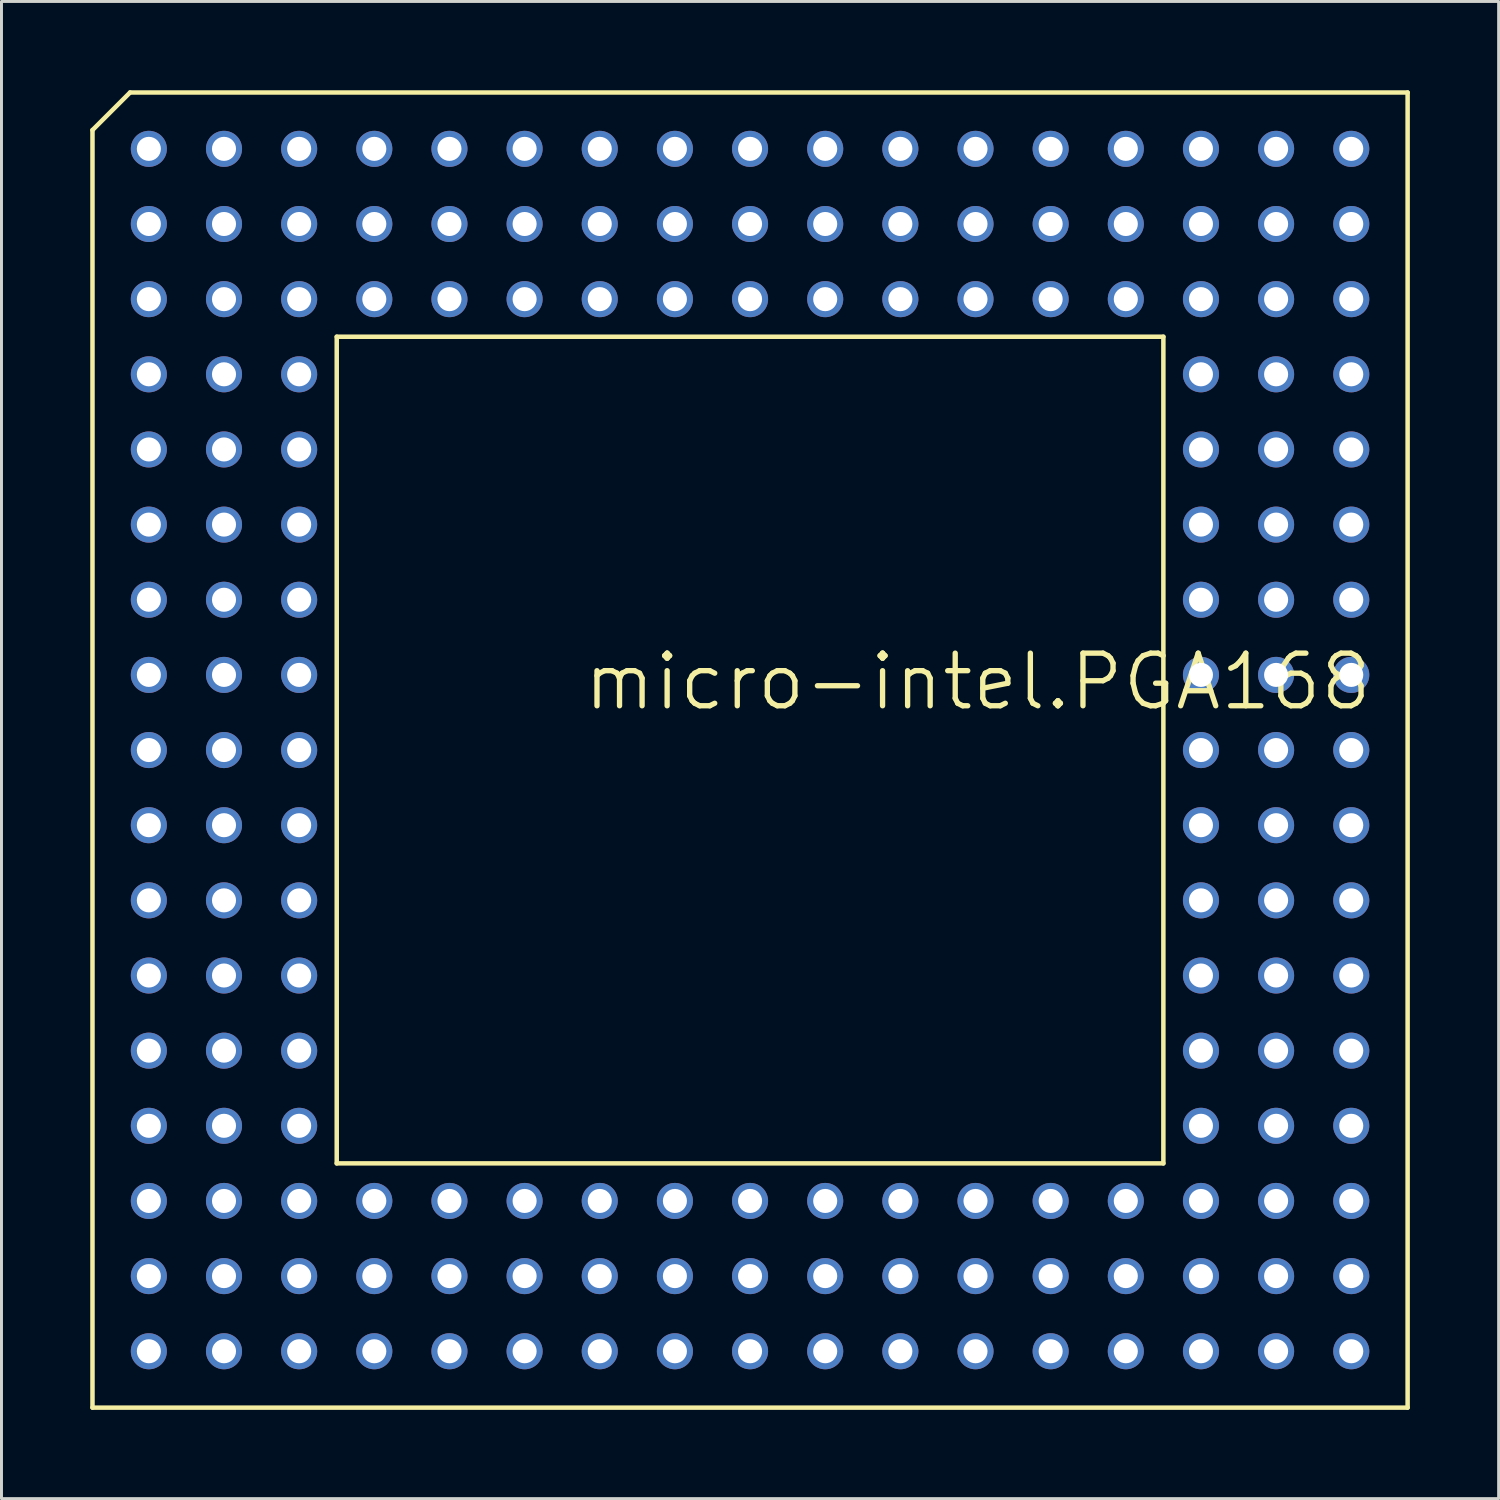
<source format=kicad_pcb>
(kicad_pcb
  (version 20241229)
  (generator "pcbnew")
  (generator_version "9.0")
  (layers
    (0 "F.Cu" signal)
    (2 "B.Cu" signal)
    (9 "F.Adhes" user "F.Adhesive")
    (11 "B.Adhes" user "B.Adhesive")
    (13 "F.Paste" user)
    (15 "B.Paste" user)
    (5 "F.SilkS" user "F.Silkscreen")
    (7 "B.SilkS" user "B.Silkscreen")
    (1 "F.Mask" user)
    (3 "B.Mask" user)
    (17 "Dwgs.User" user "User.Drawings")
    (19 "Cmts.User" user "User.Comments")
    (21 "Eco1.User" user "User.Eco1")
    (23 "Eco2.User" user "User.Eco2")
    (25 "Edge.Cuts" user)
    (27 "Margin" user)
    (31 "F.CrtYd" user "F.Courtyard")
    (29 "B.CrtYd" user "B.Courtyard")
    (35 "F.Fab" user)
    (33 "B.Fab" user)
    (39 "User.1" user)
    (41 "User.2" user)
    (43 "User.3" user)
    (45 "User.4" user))
  (footprint "micro-intel.PGA168"
    (layer "F.Cu")
    (at 22.301 22.301)
    (property "Reference" "micro-intel.PGA168" (at -5.715 -1.27 0) (layer "F.SilkS") (effects (font (size 1.778 1.778) (thickness 0.18)) (justify left bottom)))
    (attr through_hole)
    (fp_line (start -22.225 -20.955) (end -20.955 -22.225) (stroke (width 0.152) (type default)) (layer "F.SilkS"))
    (fp_line (start -22.225 22.225) (end -22.225 -20.955) (stroke (width 0.152) (type default)) (layer "F.SilkS"))
    (fp_line (start -20.955 -22.225) (end 22.225 -22.225) (stroke (width 0.152) (type default)) (layer "F.SilkS"))
    (fp_line (start -13.97 -13.97) (end -13.97 13.97) (stroke (width 0.152) (type default)) (layer "F.SilkS"))
    (fp_line (start -13.97 -13.97) (end 13.97 -13.97) (stroke (width 0.152) (type default)) (layer "F.SilkS"))
    (fp_line (start -13.97 13.97) (end 13.97 13.97) (stroke (width 0.152) (type default)) (layer "F.SilkS"))
    (fp_line (start 13.97 13.97) (end 13.97 -13.97) (stroke (width 0.152) (type default)) (layer "F.SilkS"))
    (fp_line (start 22.225 -22.225) (end 22.225 22.225) (stroke (width 0.152) (type default)) (layer "F.SilkS"))
    (fp_line (start 22.225 22.225) (end -22.225 22.225) (stroke (width 0.152) (type default)) (layer "F.SilkS"))
    (pad "A01" thru_hole circle (at -20.32 -20.32 90) (size 1.219 1.219) (drill 0.813) (layers "*.Cu" "*.Mask"))
    (pad "A02" thru_hole circle (at -17.78 -20.32 90) (size 1.219 1.219) (drill 0.813) (layers "*.Cu" "*.Mask"))
    (pad "A03" thru_hole circle (at -15.24 -20.32 90) (size 1.219 1.219) (drill 0.813) (layers "*.Cu" "*.Mask"))
    (pad "A04" thru_hole circle (at -12.7 -20.32 90) (size 1.219 1.219) (drill 0.813) (layers "*.Cu" "*.Mask"))
    (pad "A05" thru_hole circle (at -10.16 -20.32 90) (size 1.219 1.219) (drill 0.813) (layers "*.Cu" "*.Mask"))
    (pad "A06" thru_hole circle (at -7.62 -20.32 90) (size 1.219 1.219) (drill 0.813) (layers "*.Cu" "*.Mask"))
    (pad "A07" thru_hole circle (at -5.08 -20.32 90) (size 1.219 1.219) (drill 0.813) (layers "*.Cu" "*.Mask"))
    (pad "A08" thru_hole circle (at -2.54 -20.32 90) (size 1.219 1.219) (drill 0.813) (layers "*.Cu" "*.Mask"))
    (pad "A09" thru_hole circle (at 0 -20.32 90) (size 1.219 1.219) (drill 0.813) (layers "*.Cu" "*.Mask"))
    (pad "A10" thru_hole circle (at 2.54 -20.32 90) (size 1.219 1.219) (drill 0.813) (layers "*.Cu" "*.Mask"))
    (pad "A11" thru_hole circle (at 5.08 -20.32 90) (size 1.219 1.219) (drill 0.813) (layers "*.Cu" "*.Mask"))
    (pad "A12" thru_hole circle (at 7.62 -20.32 90) (size 1.219 1.219) (drill 0.813) (layers "*.Cu" "*.Mask"))
    (pad "A13" thru_hole circle (at 10.16 -20.32 90) (size 1.219 1.219) (drill 0.813) (layers "*.Cu" "*.Mask"))
    (pad "A14" thru_hole circle (at 12.7 -20.32 90) (size 1.219 1.219) (drill 0.813) (layers "*.Cu" "*.Mask"))
    (pad "A15" thru_hole circle (at 15.24 -20.32 90) (size 1.219 1.219) (drill 0.813) (layers "*.Cu" "*.Mask"))
    (pad "A16" thru_hole circle (at 17.78 -20.32 90) (size 1.219 1.219) (drill 0.813) (layers "*.Cu" "*.Mask"))
    (pad "A17" thru_hole circle (at 20.32 -20.32 90) (size 1.219 1.219) (drill 0.813) (layers "*.Cu" "*.Mask"))
    (pad "B01" thru_hole circle (at -20.32 -17.78 90) (size 1.219 1.219) (drill 0.813) (layers "*.Cu" "*.Mask"))
    (pad "B02" thru_hole circle (at -17.78 -17.78 90) (size 1.219 1.219) (drill 0.813) (layers "*.Cu" "*.Mask"))
    (pad "B03" thru_hole circle (at -15.24 -17.78 90) (size 1.219 1.219) (drill 0.813) (layers "*.Cu" "*.Mask"))
    (pad "B04" thru_hole circle (at -12.7 -17.78 90) (size 1.219 1.219) (drill 0.813) (layers "*.Cu" "*.Mask"))
    (pad "B05" thru_hole circle (at -10.16 -17.78 90) (size 1.219 1.219) (drill 0.813) (layers "*.Cu" "*.Mask"))
    (pad "B06" thru_hole circle (at -7.62 -17.78 90) (size 1.219 1.219) (drill 0.813) (layers "*.Cu" "*.Mask"))
    (pad "B07" thru_hole circle (at -5.08 -17.78 90) (size 1.219 1.219) (drill 0.813) (layers "*.Cu" "*.Mask"))
    (pad "B08" thru_hole circle (at -2.54 -17.78 90) (size 1.219 1.219) (drill 0.813) (layers "*.Cu" "*.Mask"))
    (pad "B09" thru_hole circle (at 0 -17.78 90) (size 1.219 1.219) (drill 0.813) (layers "*.Cu" "*.Mask"))
    (pad "B10" thru_hole circle (at 2.54 -17.78 90) (size 1.219 1.219) (drill 0.813) (layers "*.Cu" "*.Mask"))
    (pad "B11" thru_hole circle (at 5.08 -17.78 90) (size 1.219 1.219) (drill 0.813) (layers "*.Cu" "*.Mask"))
    (pad "B12" thru_hole circle (at 7.62 -17.78 90) (size 1.219 1.219) (drill 0.813) (layers "*.Cu" "*.Mask"))
    (pad "B13" thru_hole circle (at 10.16 -17.78 90) (size 1.219 1.219) (drill 0.813) (layers "*.Cu" "*.Mask"))
    (pad "B14" thru_hole circle (at 12.7 -17.78 90) (size 1.219 1.219) (drill 0.813) (layers "*.Cu" "*.Mask"))
    (pad "B15" thru_hole circle (at 15.24 -17.78 90) (size 1.219 1.219) (drill 0.813) (layers "*.Cu" "*.Mask"))
    (pad "B16" thru_hole circle (at 17.78 -17.78 90) (size 1.219 1.219) (drill 0.813) (layers "*.Cu" "*.Mask"))
    (pad "B17" thru_hole circle (at 20.32 -17.78 90) (size 1.219 1.219) (drill 0.813) (layers "*.Cu" "*.Mask"))
    (pad "C01" thru_hole circle (at -20.32 -15.24 90) (size 1.219 1.219) (drill 0.813) (layers "*.Cu" "*.Mask"))
    (pad "C02" thru_hole circle (at -17.78 -15.24 90) (size 1.219 1.219) (drill 0.813) (layers "*.Cu" "*.Mask"))
    (pad "C03" thru_hole circle (at -15.24 -15.24 90) (size 1.219 1.219) (drill 0.813) (layers "*.Cu" "*.Mask"))
    (pad "C04" thru_hole circle (at -12.7 -15.24 90) (size 1.219 1.219) (drill 0.813) (layers "*.Cu" "*.Mask"))
    (pad "C05" thru_hole circle (at -10.16 -15.24 90) (size 1.219 1.219) (drill 0.813) (layers "*.Cu" "*.Mask"))
    (pad "C06" thru_hole circle (at -7.62 -15.24 90) (size 1.219 1.219) (drill 0.813) (layers "*.Cu" "*.Mask"))
    (pad "C07" thru_hole circle (at -5.08 -15.24 90) (size 1.219 1.219) (drill 0.813) (layers "*.Cu" "*.Mask"))
    (pad "C08" thru_hole circle (at -2.54 -15.24 90) (size 1.219 1.219) (drill 0.813) (layers "*.Cu" "*.Mask"))
    (pad "C09" thru_hole circle (at 0 -15.24 90) (size 1.219 1.219) (drill 0.813) (layers "*.Cu" "*.Mask"))
    (pad "C10" thru_hole circle (at 2.54 -15.24 90) (size 1.219 1.219) (drill 0.813) (layers "*.Cu" "*.Mask"))
    (pad "C11" thru_hole circle (at 5.08 -15.24 90) (size 1.219 1.219) (drill 0.813) (layers "*.Cu" "*.Mask"))
    (pad "C12" thru_hole circle (at 7.62 -15.24 90) (size 1.219 1.219) (drill 0.813) (layers "*.Cu" "*.Mask"))
    (pad "C13" thru_hole circle (at 10.16 -15.24 90) (size 1.219 1.219) (drill 0.813) (layers "*.Cu" "*.Mask"))
    (pad "C14" thru_hole circle (at 12.7 -15.24 90) (size 1.219 1.219) (drill 0.813) (layers "*.Cu" "*.Mask"))
    (pad "C15" thru_hole circle (at 15.24 -15.24 90) (size 1.219 1.219) (drill 0.813) (layers "*.Cu" "*.Mask"))
    (pad "C16" thru_hole circle (at 17.78 -15.24 90) (size 1.219 1.219) (drill 0.813) (layers "*.Cu" "*.Mask"))
    (pad "C17" thru_hole circle (at 20.32 -15.24 90) (size 1.219 1.219) (drill 0.813) (layers "*.Cu" "*.Mask"))
    (pad "D01" thru_hole circle (at -20.32 -12.7 90) (size 1.219 1.219) (drill 0.813) (layers "*.Cu" "*.Mask"))
    (pad "D02" thru_hole circle (at -17.78 -12.7 90) (size 1.219 1.219) (drill 0.813) (layers "*.Cu" "*.Mask"))
    (pad "D03" thru_hole circle (at -15.24 -12.7 90) (size 1.219 1.219) (drill 0.813) (layers "*.Cu" "*.Mask"))
    (pad "D15" thru_hole circle (at 15.24 -12.7 90) (size 1.219 1.219) (drill 0.813) (layers "*.Cu" "*.Mask"))
    (pad "D16" thru_hole circle (at 17.78 -12.7 90) (size 1.219 1.219) (drill 0.813) (layers "*.Cu" "*.Mask"))
    (pad "D17" thru_hole circle (at 20.32 -12.7 90) (size 1.219 1.219) (drill 0.813) (layers "*.Cu" "*.Mask"))
    (pad "E01" thru_hole circle (at -20.32 -10.16 90) (size 1.219 1.219) (drill 0.813) (layers "*.Cu" "*.Mask"))
    (pad "E02" thru_hole circle (at -17.78 -10.16 90) (size 1.219 1.219) (drill 0.813) (layers "*.Cu" "*.Mask"))
    (pad "E03" thru_hole circle (at -15.24 -10.16 90) (size 1.219 1.219) (drill 0.813) (layers "*.Cu" "*.Mask"))
    (pad "E15" thru_hole circle (at 15.24 -10.16 90) (size 1.219 1.219) (drill 0.813) (layers "*.Cu" "*.Mask"))
    (pad "E16" thru_hole circle (at 17.78 -10.16 90) (size 1.219 1.219) (drill 0.813) (layers "*.Cu" "*.Mask"))
    (pad "E17" thru_hole circle (at 20.32 -10.16 90) (size 1.219 1.219) (drill 0.813) (layers "*.Cu" "*.Mask"))
    (pad "F01" thru_hole circle (at -20.32 -7.62 90) (size 1.219 1.219) (drill 0.813) (layers "*.Cu" "*.Mask"))
    (pad "F02" thru_hole circle (at -17.78 -7.62 90) (size 1.219 1.219) (drill 0.813) (layers "*.Cu" "*.Mask"))
    (pad "F03" thru_hole circle (at -15.24 -7.62 90) (size 1.219 1.219) (drill 0.813) (layers "*.Cu" "*.Mask"))
    (pad "F15" thru_hole circle (at 15.24 -7.62 90) (size 1.219 1.219) (drill 0.813) (layers "*.Cu" "*.Mask"))
    (pad "F16" thru_hole circle (at 17.78 -7.62 90) (size 1.219 1.219) (drill 0.813) (layers "*.Cu" "*.Mask"))
    (pad "F17" thru_hole circle (at 20.32 -7.62 90) (size 1.219 1.219) (drill 0.813) (layers "*.Cu" "*.Mask"))
    (pad "G01" thru_hole circle (at -20.32 -5.08 90) (size 1.219 1.219) (drill 0.813) (layers "*.Cu" "*.Mask"))
    (pad "G02" thru_hole circle (at -17.78 -5.08 90) (size 1.219 1.219) (drill 0.813) (layers "*.Cu" "*.Mask"))
    (pad "G03" thru_hole circle (at -15.24 -5.08 90) (size 1.219 1.219) (drill 0.813) (layers "*.Cu" "*.Mask"))
    (pad "G15" thru_hole circle (at 15.24 -5.08 90) (size 1.219 1.219) (drill 0.813) (layers "*.Cu" "*.Mask"))
    (pad "G16" thru_hole circle (at 17.78 -5.08 90) (size 1.219 1.219) (drill 0.813) (layers "*.Cu" "*.Mask"))
    (pad "G17" thru_hole circle (at 20.32 -5.08 90) (size 1.219 1.219) (drill 0.813) (layers "*.Cu" "*.Mask"))
    (pad "H01" thru_hole circle (at -20.32 -2.54 90) (size 1.219 1.219) (drill 0.813) (layers "*.Cu" "*.Mask"))
    (pad "H02" thru_hole circle (at -17.78 -2.54 90) (size 1.219 1.219) (drill 0.813) (layers "*.Cu" "*.Mask"))
    (pad "H03" thru_hole circle (at -15.24 -2.54 90) (size 1.219 1.219) (drill 0.813) (layers "*.Cu" "*.Mask"))
    (pad "H15" thru_hole circle (at 15.24 -2.54 90) (size 1.219 1.219) (drill 0.813) (layers "*.Cu" "*.Mask"))
    (pad "H16" thru_hole circle (at 17.78 -2.54 90) (size 1.219 1.219) (drill 0.813) (layers "*.Cu" "*.Mask"))
    (pad "H17" thru_hole circle (at 20.32 -2.54 90) (size 1.219 1.219) (drill 0.813) (layers "*.Cu" "*.Mask"))
    (pad "J01" thru_hole circle (at -20.32 0 90) (size 1.219 1.219) (drill 0.813) (layers "*.Cu" "*.Mask"))
    (pad "J02" thru_hole circle (at -17.78 0 90) (size 1.219 1.219) (drill 0.813) (layers "*.Cu" "*.Mask"))
    (pad "J03" thru_hole circle (at -15.24 0 90) (size 1.219 1.219) (drill 0.813) (layers "*.Cu" "*.Mask"))
    (pad "J15" thru_hole circle (at 15.24 0 90) (size 1.219 1.219) (drill 0.813) (layers "*.Cu" "*.Mask"))
    (pad "J16" thru_hole circle (at 17.78 0 90) (size 1.219 1.219) (drill 0.813) (layers "*.Cu" "*.Mask"))
    (pad "J17" thru_hole circle (at 20.32 0 90) (size 1.219 1.219) (drill 0.813) (layers "*.Cu" "*.Mask"))
    (pad "K01" thru_hole circle (at -20.32 2.54 90) (size 1.219 1.219) (drill 0.813) (layers "*.Cu" "*.Mask"))
    (pad "K02" thru_hole circle (at -17.78 2.54 90) (size 1.219 1.219) (drill 0.813) (layers "*.Cu" "*.Mask"))
    (pad "K03" thru_hole circle (at -15.24 2.54 90) (size 1.219 1.219) (drill 0.813) (layers "*.Cu" "*.Mask"))
    (pad "K15" thru_hole circle (at 15.24 2.54 90) (size 1.219 1.219) (drill 0.813) (layers "*.Cu" "*.Mask"))
    (pad "K16" thru_hole circle (at 17.78 2.54 90) (size 1.219 1.219) (drill 0.813) (layers "*.Cu" "*.Mask"))
    (pad "K17" thru_hole circle (at 20.32 2.54 90) (size 1.219 1.219) (drill 0.813) (layers "*.Cu" "*.Mask"))
    (pad "L01" thru_hole circle (at -20.32 5.08 90) (size 1.219 1.219) (drill 0.813) (layers "*.Cu" "*.Mask"))
    (pad "L02" thru_hole circle (at -17.78 5.08 90) (size 1.219 1.219) (drill 0.813) (layers "*.Cu" "*.Mask"))
    (pad "L03" thru_hole circle (at -15.24 5.08 90) (size 1.219 1.219) (drill 0.813) (layers "*.Cu" "*.Mask"))
    (pad "L15" thru_hole circle (at 15.24 5.08 90) (size 1.219 1.219) (drill 0.813) (layers "*.Cu" "*.Mask"))
    (pad "L16" thru_hole circle (at 17.78 5.08 90) (size 1.219 1.219) (drill 0.813) (layers "*.Cu" "*.Mask"))
    (pad "L17" thru_hole circle (at 20.32 5.08 90) (size 1.219 1.219) (drill 0.813) (layers "*.Cu" "*.Mask"))
    (pad "M01" thru_hole circle (at -20.32 7.62 90) (size 1.219 1.219) (drill 0.813) (layers "*.Cu" "*.Mask"))
    (pad "M02" thru_hole circle (at -17.78 7.62 90) (size 1.219 1.219) (drill 0.813) (layers "*.Cu" "*.Mask"))
    (pad "M03" thru_hole circle (at -15.24 7.62 90) (size 1.219 1.219) (drill 0.813) (layers "*.Cu" "*.Mask"))
    (pad "M15" thru_hole circle (at 15.24 7.62 90) (size 1.219 1.219) (drill 0.813) (layers "*.Cu" "*.Mask"))
    (pad "M16" thru_hole circle (at 17.78 7.62 90) (size 1.219 1.219) (drill 0.813) (layers "*.Cu" "*.Mask"))
    (pad "M17" thru_hole circle (at 20.32 7.62 90) (size 1.219 1.219) (drill 0.813) (layers "*.Cu" "*.Mask"))
    (pad "N01" thru_hole circle (at -20.32 10.16 90) (size 1.219 1.219) (drill 0.813) (layers "*.Cu" "*.Mask"))
    (pad "N02" thru_hole circle (at -17.78 10.16 90) (size 1.219 1.219) (drill 0.813) (layers "*.Cu" "*.Mask"))
    (pad "N03" thru_hole circle (at -15.24 10.16 90) (size 1.219 1.219) (drill 0.813) (layers "*.Cu" "*.Mask"))
    (pad "N15" thru_hole circle (at 15.24 10.16 90) (size 1.219 1.219) (drill 0.813) (layers "*.Cu" "*.Mask"))
    (pad "N16" thru_hole circle (at 17.78 10.16 90) (size 1.219 1.219) (drill 0.813) (layers "*.Cu" "*.Mask"))
    (pad "N17" thru_hole circle (at 20.32 10.16 90) (size 1.219 1.219) (drill 0.813) (layers "*.Cu" "*.Mask"))
    (pad "P01" thru_hole circle (at -20.32 12.7 90) (size 1.219 1.219) (drill 0.813) (layers "*.Cu" "*.Mask"))
    (pad "P02" thru_hole circle (at -17.78 12.7 90) (size 1.219 1.219) (drill 0.813) (layers "*.Cu" "*.Mask"))
    (pad "P03" thru_hole circle (at -15.24 12.7 90) (size 1.219 1.219) (drill 0.813) (layers "*.Cu" "*.Mask"))
    (pad "P15" thru_hole circle (at 15.24 12.7 90) (size 1.219 1.219) (drill 0.813) (layers "*.Cu" "*.Mask"))
    (pad "P16" thru_hole circle (at 17.78 12.7 90) (size 1.219 1.219) (drill 0.813) (layers "*.Cu" "*.Mask"))
    (pad "P17" thru_hole circle (at 20.32 12.7 90) (size 1.219 1.219) (drill 0.813) (layers "*.Cu" "*.Mask"))
    (pad "Q01" thru_hole circle (at -20.32 15.24 90) (size 1.219 1.219) (drill 0.813) (layers "*.Cu" "*.Mask"))
    (pad "Q02" thru_hole circle (at -17.78 15.24 90) (size 1.219 1.219) (drill 0.813) (layers "*.Cu" "*.Mask"))
    (pad "Q03" thru_hole circle (at -15.24 15.24 90) (size 1.219 1.219) (drill 0.813) (layers "*.Cu" "*.Mask"))
    (pad "Q04" thru_hole circle (at -12.7 15.24 90) (size 1.219 1.219) (drill 0.813) (layers "*.Cu" "*.Mask"))
    (pad "Q05" thru_hole circle (at -10.16 15.24 90) (size 1.219 1.219) (drill 0.813) (layers "*.Cu" "*.Mask"))
    (pad "Q06" thru_hole circle (at -7.62 15.24 90) (size 1.219 1.219) (drill 0.813) (layers "*.Cu" "*.Mask"))
    (pad "Q07" thru_hole circle (at -5.08 15.24 90) (size 1.219 1.219) (drill 0.813) (layers "*.Cu" "*.Mask"))
    (pad "Q08" thru_hole circle (at -2.54 15.24 90) (size 1.219 1.219) (drill 0.813) (layers "*.Cu" "*.Mask"))
    (pad "Q09" thru_hole circle (at 0 15.24 90) (size 1.219 1.219) (drill 0.813) (layers "*.Cu" "*.Mask"))
    (pad "Q10" thru_hole circle (at 2.54 15.24 90) (size 1.219 1.219) (drill 0.813) (layers "*.Cu" "*.Mask"))
    (pad "Q11" thru_hole circle (at 5.08 15.24 90) (size 1.219 1.219) (drill 0.813) (layers "*.Cu" "*.Mask"))
    (pad "Q12" thru_hole circle (at 7.62 15.24 90) (size 1.219 1.219) (drill 0.813) (layers "*.Cu" "*.Mask"))
    (pad "Q13" thru_hole circle (at 10.16 15.24 90) (size 1.219 1.219) (drill 0.813) (layers "*.Cu" "*.Mask"))
    (pad "Q14" thru_hole circle (at 12.7 15.24 90) (size 1.219 1.219) (drill 0.813) (layers "*.Cu" "*.Mask"))
    (pad "Q15" thru_hole circle (at 15.24 15.24 90) (size 1.219 1.219) (drill 0.813) (layers "*.Cu" "*.Mask"))
    (pad "Q16" thru_hole circle (at 17.78 15.24 90) (size 1.219 1.219) (drill 0.813) (layers "*.Cu" "*.Mask"))
    (pad "Q17" thru_hole circle (at 20.32 15.24 90) (size 1.219 1.219) (drill 0.813) (layers "*.Cu" "*.Mask"))
    (pad "R01" thru_hole circle (at -20.32 17.78 90) (size 1.219 1.219) (drill 0.813) (layers "*.Cu" "*.Mask"))
    (pad "R02" thru_hole circle (at -17.78 17.78 90) (size 1.219 1.219) (drill 0.813) (layers "*.Cu" "*.Mask"))
    (pad "R03" thru_hole circle (at -15.24 17.78 90) (size 1.219 1.219) (drill 0.813) (layers "*.Cu" "*.Mask"))
    (pad "R04" thru_hole circle (at -12.7 17.78 90) (size 1.219 1.219) (drill 0.813) (layers "*.Cu" "*.Mask"))
    (pad "R05" thru_hole circle (at -10.16 17.78 90) (size 1.219 1.219) (drill 0.813) (layers "*.Cu" "*.Mask"))
    (pad "R06" thru_hole circle (at -7.62 17.78 90) (size 1.219 1.219) (drill 0.813) (layers "*.Cu" "*.Mask"))
    (pad "R07" thru_hole circle (at -5.08 17.78 90) (size 1.219 1.219) (drill 0.813) (layers "*.Cu" "*.Mask"))
    (pad "R08" thru_hole circle (at -2.54 17.78 90) (size 1.219 1.219) (drill 0.813) (layers "*.Cu" "*.Mask"))
    (pad "R09" thru_hole circle (at 0 17.78 90) (size 1.219 1.219) (drill 0.813) (layers "*.Cu" "*.Mask"))
    (pad "R10" thru_hole circle (at 2.54 17.78 90) (size 1.219 1.219) (drill 0.813) (layers "*.Cu" "*.Mask"))
    (pad "R11" thru_hole circle (at 5.08 17.78 90) (size 1.219 1.219) (drill 0.813) (layers "*.Cu" "*.Mask"))
    (pad "R12" thru_hole circle (at 7.62 17.78 90) (size 1.219 1.219) (drill 0.813) (layers "*.Cu" "*.Mask"))
    (pad "R13" thru_hole circle (at 10.16 17.78 90) (size 1.219 1.219) (drill 0.813) (layers "*.Cu" "*.Mask"))
    (pad "R14" thru_hole circle (at 12.7 17.78 90) (size 1.219 1.219) (drill 0.813) (layers "*.Cu" "*.Mask"))
    (pad "R15" thru_hole circle (at 15.24 17.78 90) (size 1.219 1.219) (drill 0.813) (layers "*.Cu" "*.Mask"))
    (pad "R16" thru_hole circle (at 17.78 17.78 90) (size 1.219 1.219) (drill 0.813) (layers "*.Cu" "*.Mask"))
    (pad "R17" thru_hole circle (at 20.32 17.78 90) (size 1.219 1.219) (drill 0.813) (layers "*.Cu" "*.Mask"))
    (pad "S01" thru_hole circle (at -20.32 20.32 90) (size 1.219 1.219) (drill 0.813) (layers "*.Cu" "*.Mask"))
    (pad "S02" thru_hole circle (at -17.78 20.32 90) (size 1.219 1.219) (drill 0.813) (layers "*.Cu" "*.Mask"))
    (pad "S03" thru_hole circle (at -15.24 20.32 90) (size 1.219 1.219) (drill 0.813) (layers "*.Cu" "*.Mask"))
    (pad "S04" thru_hole circle (at -12.7 20.32 90) (size 1.219 1.219) (drill 0.813) (layers "*.Cu" "*.Mask"))
    (pad "S05" thru_hole circle (at -10.16 20.32 90) (size 1.219 1.219) (drill 0.813) (layers "*.Cu" "*.Mask"))
    (pad "S06" thru_hole circle (at -7.62 20.32 90) (size 1.219 1.219) (drill 0.813) (layers "*.Cu" "*.Mask"))
    (pad "S07" thru_hole circle (at -5.08 20.32 90) (size 1.219 1.219) (drill 0.813) (layers "*.Cu" "*.Mask"))
    (pad "S08" thru_hole circle (at -2.54 20.32 90) (size 1.219 1.219) (drill 0.813) (layers "*.Cu" "*.Mask"))
    (pad "S09" thru_hole circle (at 0 20.32 90) (size 1.219 1.219) (drill 0.813) (layers "*.Cu" "*.Mask"))
    (pad "S10" thru_hole circle (at 2.54 20.32 90) (size 1.219 1.219) (drill 0.813) (layers "*.Cu" "*.Mask"))
    (pad "S11" thru_hole circle (at 5.08 20.32 90) (size 1.219 1.219) (drill 0.813) (layers "*.Cu" "*.Mask"))
    (pad "S12" thru_hole circle (at 7.62 20.32 90) (size 1.219 1.219) (drill 0.813) (layers "*.Cu" "*.Mask"))
    (pad "S13" thru_hole circle (at 10.16 20.32 90) (size 1.219 1.219) (drill 0.813) (layers "*.Cu" "*.Mask"))
    (pad "S14" thru_hole circle (at 12.7 20.32 90) (size 1.219 1.219) (drill 0.813) (layers "*.Cu" "*.Mask"))
    (pad "S15" thru_hole circle (at 15.24 20.32 90) (size 1.219 1.219) (drill 0.813) (layers "*.Cu" "*.Mask"))
    (pad "S16" thru_hole circle (at 17.78 20.32 90) (size 1.219 1.219) (drill 0.813) (layers "*.Cu" "*.Mask"))
    (pad "S17" thru_hole circle (at 20.32 20.32 90) (size 1.219 1.219) (drill 0.813) (layers "*.Cu" "*.Mask")))
  (gr_rect
    (start -3 -3)
    (end 47.602 47.602)
    (stroke (width 0.1) (type default))
    (fill no)
    (layer "Edge.Cuts")))
</source>
